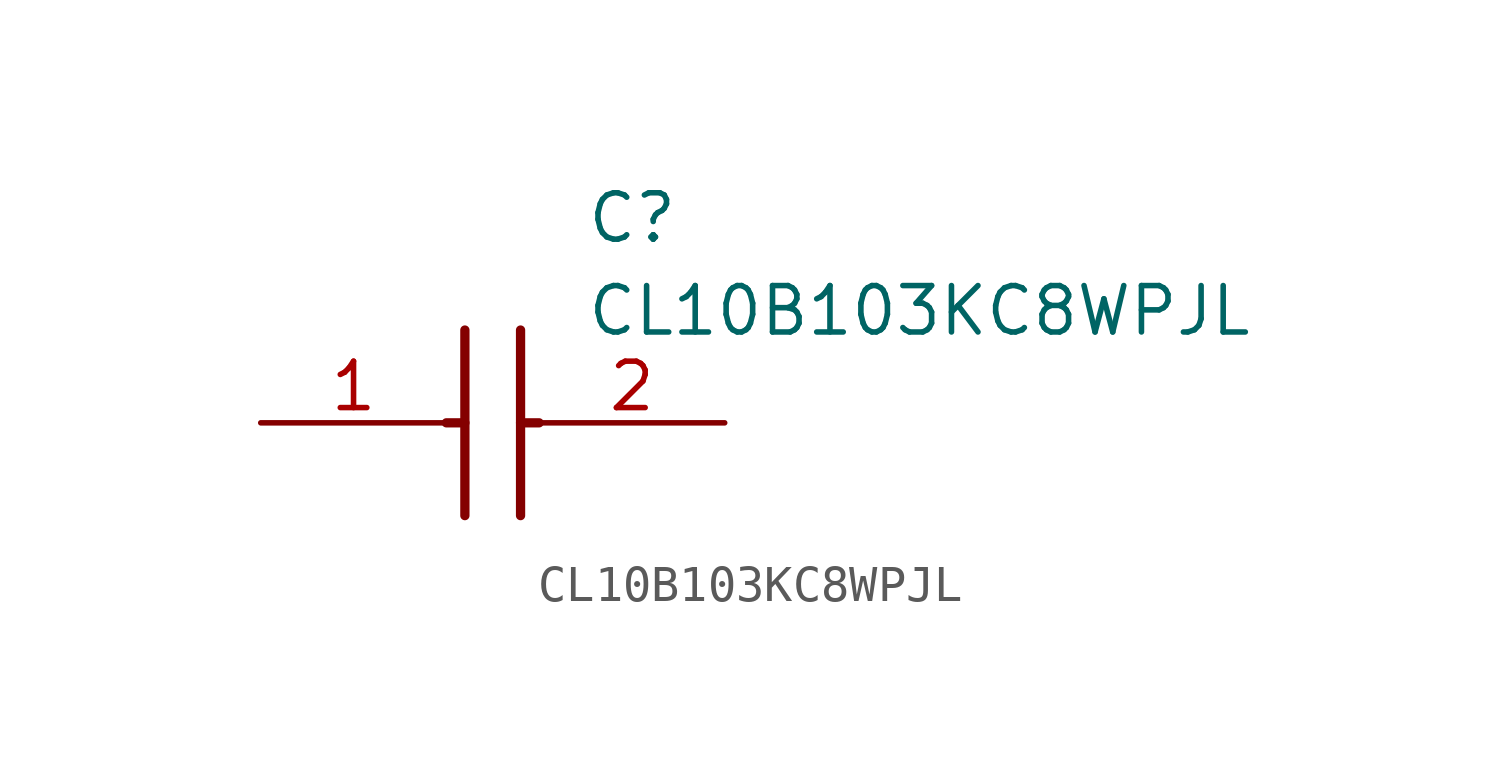
<source format=kicad_sym>
(kicad_symbol_lib
  (version 20211014)
  (generator SamacSys_ECAD_Model)
  (symbol "CL10B103KC8WPJL"
    (pin_names hide)
    (property "Reference" "C"
      (at 8.89 6.35 0)
      (effects (font (size 1.27 1.27)) (justify left top)))
    (property "Value" "CL10B103KC8WPJL"
      (at 8.89 3.81 0)
      (effects (font (size 1.27 1.27)) (justify left top)))
    (polyline
      (pts (xy 5.588 2.54) (xy 5.588 -2.54))
      (stroke (width 0.254) (type default))
      (fill (type none)))
    (polyline
      (pts (xy 7.112 2.54) (xy 7.112 -2.54))
      (stroke (width 0.254) (type default))
      (fill (type none)))
    (polyline
      (pts (xy 5.08 0) (xy 5.588 0))
      (stroke (width 0.254) (type default))
      (fill (type none)))
    (polyline
      (pts (xy 7.112 0) (xy 7.62 0))
      (stroke (width 0.254) (type default))
      (fill (type none)))
    (pin passive line
      (at 0 0 0)
      (length 5.08)
      (name "1" (effects (font (size 1.27 1.27))))
      (number "1" (effects (font (size 1.27 1.27)))))
    (pin passive line
      (at 12.7 0 180)
      (length 5.08)
      (name "2" (effects (font (size 1.27 1.27))))
      (number "2" (effects (font (size 1.27 1.27)))))))
</source>
